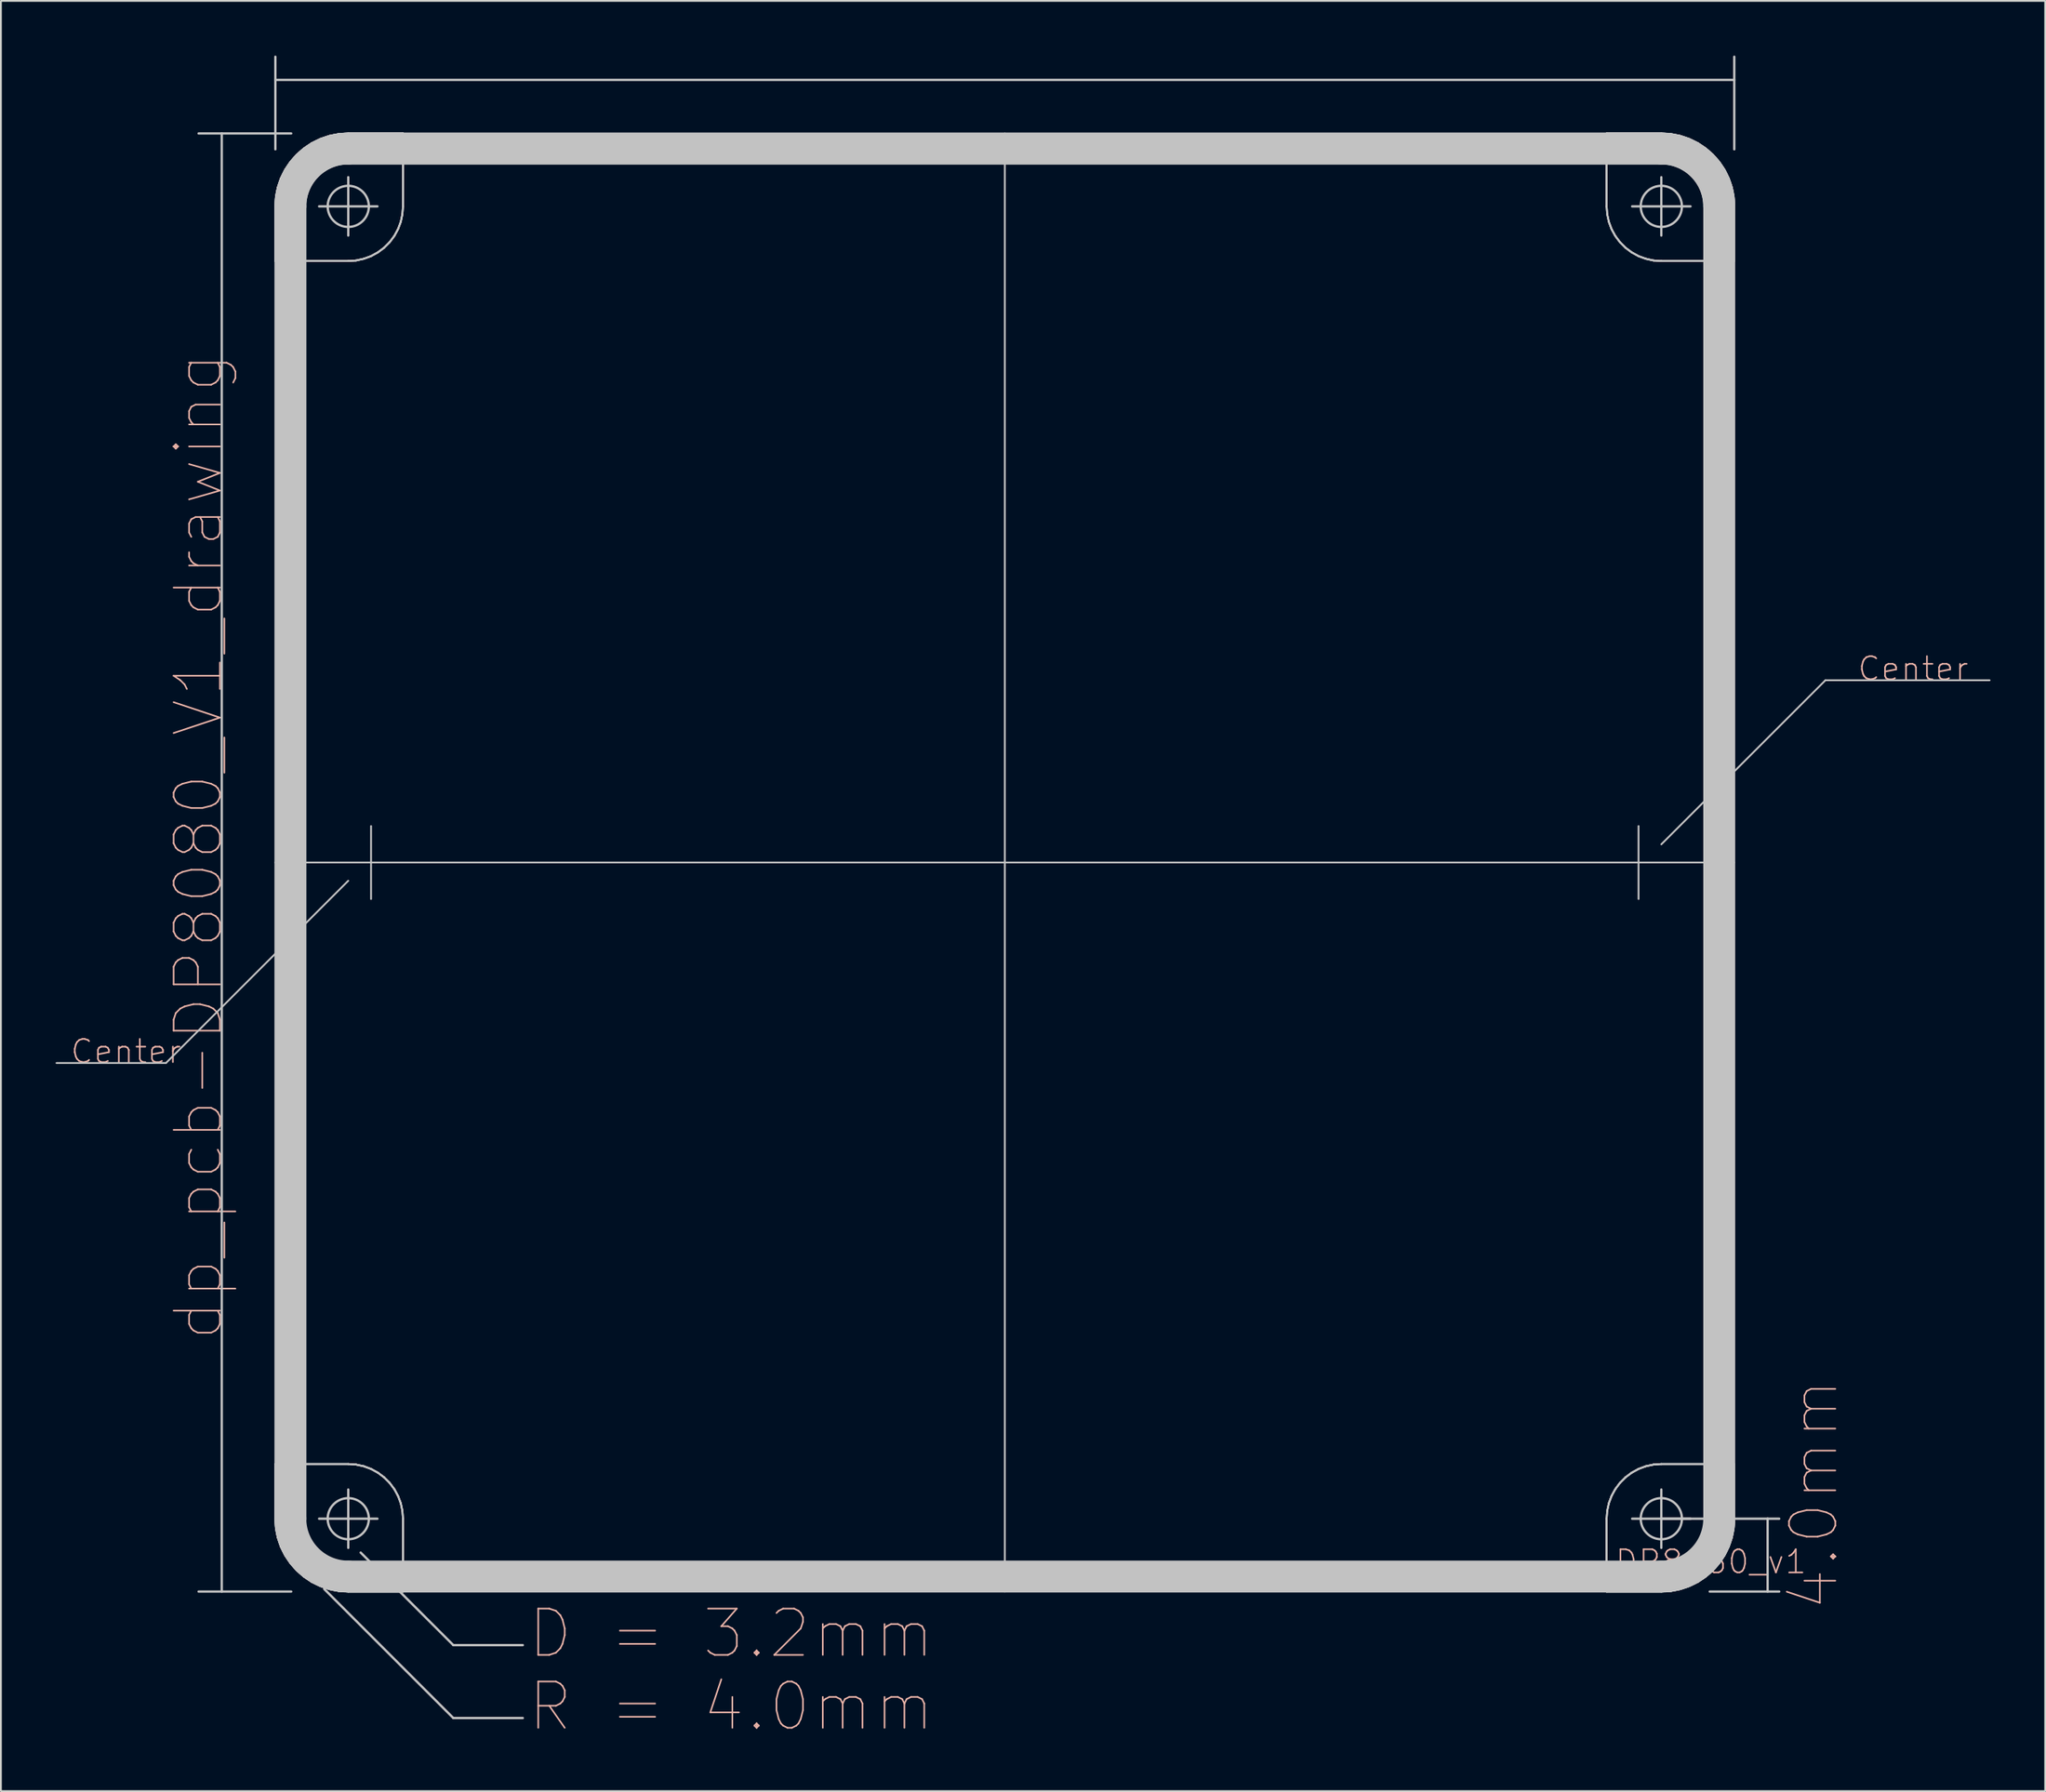
<source format=kicad_pcb>
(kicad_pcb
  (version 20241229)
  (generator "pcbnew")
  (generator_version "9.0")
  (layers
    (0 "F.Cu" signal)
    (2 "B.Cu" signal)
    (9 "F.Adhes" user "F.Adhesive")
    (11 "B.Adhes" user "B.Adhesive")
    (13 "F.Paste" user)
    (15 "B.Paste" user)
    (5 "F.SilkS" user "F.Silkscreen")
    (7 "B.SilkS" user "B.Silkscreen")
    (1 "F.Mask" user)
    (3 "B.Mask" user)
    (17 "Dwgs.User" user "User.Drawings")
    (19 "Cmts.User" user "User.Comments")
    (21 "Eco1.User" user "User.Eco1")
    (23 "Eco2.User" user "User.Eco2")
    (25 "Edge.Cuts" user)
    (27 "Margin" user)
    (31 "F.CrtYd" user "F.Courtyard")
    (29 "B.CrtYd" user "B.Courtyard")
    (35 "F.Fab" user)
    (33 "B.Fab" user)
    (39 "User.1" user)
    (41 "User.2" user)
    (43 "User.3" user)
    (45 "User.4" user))
  (footprint "dp_pcb-DP8080_V1_drawing"
    (layer "F.Cu")
    (at 12.049 84.272)
    (property "Reference" "dp_pcb-DP8080_V1_drawing" (at -4.209 -40.874 90) (layer "B.SilkS") (effects (font (size 2.54 2.54) (thickness 0.089))))
    (attr exclude_from_pos_files exclude_from_bom)
    (fp_line (start -5.999 -28.999) (end -11.999 -28.999) (stroke (width 0.1) (type solid)) (layer "Dwgs.User"))
    (fp_line (start -4.209 -80) (end 0.869 -80) (stroke (width 0.127) (type solid)) (layer "Dwgs.User"))
    (fp_line (start -4.209 0) (end 0.869 0) (stroke (width 0.127) (type solid)) (layer "Dwgs.User"))
    (fp_line (start -2.939 -80) (end -2.939 0) (stroke (width 0.127) (type solid)) (layer "Dwgs.User"))
    (fp_line (start 0 -84.209) (end 0 -79.129) (stroke (width 0.127) (type solid)) (layer "Dwgs.User"))
    (fp_line (start 0 -75.999) (end 0 -3.998) (stroke (width 0.1) (type solid)) (layer "Dwgs.User"))
    (fp_line (start 0 -75.999) (end 0.033 -76.52) (stroke (width 0.1) (type solid)) (layer "Dwgs.User"))
    (fp_line (start 0 -75.999) (end 0.033 -76.52) (stroke (width 0.1) (type solid)) (layer "Dwgs.User"))
    (fp_line (start 0 -75.999) (end 0.033 -76.52) (stroke (width 0.1) (type solid)) (layer "Dwgs.User"))
    (fp_line (start 0 -73) (end 0 -75.999) (stroke (width 0.1) (type solid)) (layer "Dwgs.User"))
    (fp_line (start 0 -73) (end 0 -75.999) (stroke (width 0.1) (type solid)) (layer "Dwgs.User"))
    (fp_line (start 0 -73) (end 0 -75.999) (stroke (width 0.1) (type solid)) (layer "Dwgs.User"))
    (fp_line (start 0 -40) (end 80 -40) (stroke (width 0.1) (type solid)) (layer "Dwgs.User"))
    (fp_line (start 0 -6.998) (end 3.998 -6.998) (stroke (width 0.1) (type solid)) (layer "Dwgs.User"))
    (fp_line (start 0 -6.998) (end 3.998 -6.998) (stroke (width 0.1) (type solid)) (layer "Dwgs.User"))
    (fp_line (start 0 -6.998) (end 3.998 -6.998) (stroke (width 0.1) (type solid)) (layer "Dwgs.User"))
    (fp_line (start 0 -3.998) (end 0 -6.998) (stroke (width 0.1) (type solid)) (layer "Dwgs.User"))
    (fp_line (start 0 -3.998) (end 0 -6.998) (stroke (width 0.1) (type solid)) (layer "Dwgs.User"))
    (fp_line (start 0 -3.998) (end 0 -6.998) (stroke (width 0.1) (type solid)) (layer "Dwgs.User"))
    (fp_line (start 0.033 -76.52) (end 0.135 -77.033) (stroke (width 0.1) (type solid)) (layer "Dwgs.User"))
    (fp_line (start 0.033 -76.52) (end 0.135 -77.033) (stroke (width 0.1) (type solid)) (layer "Dwgs.User"))
    (fp_line (start 0.033 -76.52) (end 0.135 -77.033) (stroke (width 0.1) (type solid)) (layer "Dwgs.User"))
    (fp_line (start 0.033 -3.477) (end 0 -3.998) (stroke (width 0.1) (type solid)) (layer "Dwgs.User"))
    (fp_line (start 0.033 -3.477) (end 0 -3.998) (stroke (width 0.1) (type solid)) (layer "Dwgs.User"))
    (fp_line (start 0.033 -3.477) (end 0 -3.998) (stroke (width 0.1) (type solid)) (layer "Dwgs.User"))
    (fp_line (start 0.135 -77.033) (end 0.302 -77.528) (stroke (width 0.1) (type solid)) (layer "Dwgs.User"))
    (fp_line (start 0.135 -77.033) (end 0.302 -77.528) (stroke (width 0.1) (type solid)) (layer "Dwgs.User"))
    (fp_line (start 0.135 -77.033) (end 0.302 -77.528) (stroke (width 0.1) (type solid)) (layer "Dwgs.User"))
    (fp_line (start 0.135 -2.964) (end 0.033 -3.477) (stroke (width 0.1) (type solid)) (layer "Dwgs.User"))
    (fp_line (start 0.135 -2.964) (end 0.033 -3.477) (stroke (width 0.1) (type solid)) (layer "Dwgs.User"))
    (fp_line (start 0.135 -2.964) (end 0.033 -3.477) (stroke (width 0.1) (type solid)) (layer "Dwgs.User"))
    (fp_line (start 0.302 -77.528) (end 0.533 -77.998) (stroke (width 0.1) (type solid)) (layer "Dwgs.User"))
    (fp_line (start 0.302 -77.528) (end 0.533 -77.998) (stroke (width 0.1) (type solid)) (layer "Dwgs.User"))
    (fp_line (start 0.302 -77.528) (end 0.533 -77.998) (stroke (width 0.1) (type solid)) (layer "Dwgs.User"))
    (fp_line (start 0.302 -2.469) (end 0.135 -2.964) (stroke (width 0.1) (type solid)) (layer "Dwgs.User"))
    (fp_line (start 0.302 -2.469) (end 0.135 -2.964) (stroke (width 0.1) (type solid)) (layer "Dwgs.User"))
    (fp_line (start 0.302 -2.469) (end 0.135 -2.964) (stroke (width 0.1) (type solid)) (layer "Dwgs.User"))
    (fp_line (start 0.533 -77.998) (end 0.826 -78.433) (stroke (width 0.1) (type solid)) (layer "Dwgs.User"))
    (fp_line (start 0.533 -77.998) (end 0.826 -78.433) (stroke (width 0.1) (type solid)) (layer "Dwgs.User"))
    (fp_line (start 0.533 -77.998) (end 0.826 -78.433) (stroke (width 0.1) (type solid)) (layer "Dwgs.User"))
    (fp_line (start 0.533 -1.999) (end 0.302 -2.469) (stroke (width 0.1) (type solid)) (layer "Dwgs.User"))
    (fp_line (start 0.533 -1.999) (end 0.302 -2.469) (stroke (width 0.1) (type solid)) (layer "Dwgs.User"))
    (fp_line (start 0.533 -1.999) (end 0.302 -2.469) (stroke (width 0.1) (type solid)) (layer "Dwgs.User"))
    (fp_line (start 0.826 -78.433) (end 1.171 -78.826) (stroke (width 0.1) (type solid)) (layer "Dwgs.User"))
    (fp_line (start 0.826 -78.433) (end 1.171 -78.826) (stroke (width 0.1) (type solid)) (layer "Dwgs.User"))
    (fp_line (start 0.826 -78.433) (end 1.171 -78.826) (stroke (width 0.1) (type solid)) (layer "Dwgs.User"))
    (fp_line (start 0.826 -1.565) (end 0.533 -1.999) (stroke (width 0.1) (type solid)) (layer "Dwgs.User"))
    (fp_line (start 0.826 -1.565) (end 0.533 -1.999) (stroke (width 0.1) (type solid)) (layer "Dwgs.User"))
    (fp_line (start 0.826 -1.565) (end 0.533 -1.999) (stroke (width 0.1) (type solid)) (layer "Dwgs.User"))
    (fp_line (start 0.848 -3.998) (end 0.848 -75.999) (stroke (width 1.699) (type solid)) (layer "Dwgs.User"))
    (fp_line (start 0.848 -3.998) (end 0.848 -75.999) (stroke (width 1.699) (type solid)) (layer "Dwgs.User"))
    (fp_line (start 1.171 -78.826) (end 1.565 -79.172) (stroke (width 0.1) (type solid)) (layer "Dwgs.User"))
    (fp_line (start 1.171 -78.826) (end 1.565 -79.172) (stroke (width 0.1) (type solid)) (layer "Dwgs.User"))
    (fp_line (start 1.171 -78.826) (end 1.565 -79.172) (stroke (width 0.1) (type solid)) (layer "Dwgs.User"))
    (fp_line (start 1.171 -1.171) (end 0.826 -1.565) (stroke (width 0.1) (type solid)) (layer "Dwgs.User"))
    (fp_line (start 1.171 -1.171) (end 0.826 -1.565) (stroke (width 0.1) (type solid)) (layer "Dwgs.User"))
    (fp_line (start 1.171 -1.171) (end 0.826 -1.565) (stroke (width 0.1) (type solid)) (layer "Dwgs.User"))
    (fp_line (start 1.565 -79.172) (end 1.999 -79.464) (stroke (width 0.1) (type solid)) (layer "Dwgs.User"))
    (fp_line (start 1.565 -79.172) (end 1.999 -79.464) (stroke (width 0.1) (type solid)) (layer "Dwgs.User"))
    (fp_line (start 1.565 -79.172) (end 1.999 -79.464) (stroke (width 0.1) (type solid)) (layer "Dwgs.User"))
    (fp_line (start 1.565 -0.826) (end 1.171 -1.171) (stroke (width 0.1) (type solid)) (layer "Dwgs.User"))
    (fp_line (start 1.565 -0.826) (end 1.171 -1.171) (stroke (width 0.1) (type solid)) (layer "Dwgs.User"))
    (fp_line (start 1.565 -0.826) (end 1.171 -1.171) (stroke (width 0.1) (type solid)) (layer "Dwgs.User"))
    (fp_line (start 1.999 -79.464) (end 2.469 -79.695) (stroke (width 0.1) (type solid)) (layer "Dwgs.User"))
    (fp_line (start 1.999 -79.464) (end 2.469 -79.695) (stroke (width 0.1) (type solid)) (layer "Dwgs.User"))
    (fp_line (start 1.999 -79.464) (end 2.469 -79.695) (stroke (width 0.1) (type solid)) (layer "Dwgs.User"))
    (fp_line (start 1.999 -0.533) (end 1.565 -0.826) (stroke (width 0.1) (type solid)) (layer "Dwgs.User"))
    (fp_line (start 1.999 -0.533) (end 1.565 -0.826) (stroke (width 0.1) (type solid)) (layer "Dwgs.User"))
    (fp_line (start 1.999 -0.533) (end 1.565 -0.826) (stroke (width 0.1) (type solid)) (layer "Dwgs.User"))
    (fp_line (start 2.398 -75.999) (end 5.598 -75.999) (stroke (width 0.127) (type solid)) (layer "Dwgs.User"))
    (fp_line (start 2.398 -3.998) (end 5.598 -3.998) (stroke (width 0.127) (type solid)) (layer "Dwgs.User"))
    (fp_line (start 2.469 -79.695) (end 2.964 -79.863) (stroke (width 0.1) (type solid)) (layer "Dwgs.User"))
    (fp_line (start 2.469 -79.695) (end 2.964 -79.863) (stroke (width 0.1) (type solid)) (layer "Dwgs.User"))
    (fp_line (start 2.469 -79.695) (end 2.964 -79.863) (stroke (width 0.1) (type solid)) (layer "Dwgs.User"))
    (fp_line (start 2.469 -0.302) (end 1.999 -0.533) (stroke (width 0.1) (type solid)) (layer "Dwgs.User"))
    (fp_line (start 2.469 -0.302) (end 1.999 -0.533) (stroke (width 0.1) (type solid)) (layer "Dwgs.User"))
    (fp_line (start 2.469 -0.302) (end 1.999 -0.533) (stroke (width 0.1) (type solid)) (layer "Dwgs.User"))
    (fp_line (start 2.68 -0.14) (end 9.759 6.939) (stroke (width 0.127) (type solid)) (layer "Dwgs.User"))
    (fp_line (start 2.964 -79.863) (end 3.477 -79.964) (stroke (width 0.1) (type solid)) (layer "Dwgs.User"))
    (fp_line (start 2.964 -79.863) (end 3.477 -79.964) (stroke (width 0.1) (type solid)) (layer "Dwgs.User"))
    (fp_line (start 2.964 -79.863) (end 3.477 -79.964) (stroke (width 0.1) (type solid)) (layer "Dwgs.User"))
    (fp_line (start 2.964 -0.135) (end 2.469 -0.302) (stroke (width 0.1) (type solid)) (layer "Dwgs.User"))
    (fp_line (start 2.964 -0.135) (end 2.469 -0.302) (stroke (width 0.1) (type solid)) (layer "Dwgs.User"))
    (fp_line (start 2.964 -0.135) (end 2.469 -0.302) (stroke (width 0.1) (type solid)) (layer "Dwgs.User"))
    (fp_line (start 3.477 -79.964) (end 3.998 -80) (stroke (width 0.1) (type solid)) (layer "Dwgs.User"))
    (fp_line (start 3.477 -79.964) (end 3.998 -80) (stroke (width 0.1) (type solid)) (layer "Dwgs.User"))
    (fp_line (start 3.477 -79.964) (end 3.998 -80) (stroke (width 0.1) (type solid)) (layer "Dwgs.User"))
    (fp_line (start 3.477 -0.033) (end 2.964 -0.135) (stroke (width 0.1) (type solid)) (layer "Dwgs.User"))
    (fp_line (start 3.477 -0.033) (end 2.964 -0.135) (stroke (width 0.1) (type solid)) (layer "Dwgs.User"))
    (fp_line (start 3.477 -0.033) (end 2.964 -0.135) (stroke (width 0.1) (type solid)) (layer "Dwgs.User"))
    (fp_line (start 3.998 -80) (end 6.998 -80) (stroke (width 0.1) (type solid)) (layer "Dwgs.User"))
    (fp_line (start 3.998 -80) (end 6.998 -80) (stroke (width 0.1) (type solid)) (layer "Dwgs.User"))
    (fp_line (start 3.998 -80) (end 6.998 -80) (stroke (width 0.1) (type solid)) (layer "Dwgs.User"))
    (fp_line (start 3.998 -79.149) (end 75.999 -79.149) (stroke (width 1.699) (type solid)) (layer "Dwgs.User"))
    (fp_line (start 3.998 -79.149) (end 75.999 -79.149) (stroke (width 1.699) (type solid)) (layer "Dwgs.User"))
    (fp_line (start 3.998 -74.399) (end 3.998 -77.6) (stroke (width 0.127) (type solid)) (layer "Dwgs.User"))
    (fp_line (start 3.998 -73) (end 0 -73) (stroke (width 0.1) (type solid)) (layer "Dwgs.User"))
    (fp_line (start 3.998 -73) (end 0 -73) (stroke (width 0.1) (type solid)) (layer "Dwgs.User"))
    (fp_line (start 3.998 -73) (end 0 -73) (stroke (width 0.1) (type solid)) (layer "Dwgs.User"))
    (fp_line (start 3.998 -38.999) (end -5.999 -28.999) (stroke (width 0.1) (type solid)) (layer "Dwgs.User"))
    (fp_line (start 3.998 -6.998) (end 4.425 -6.967) (stroke (width 0.1) (type solid)) (layer "Dwgs.User"))
    (fp_line (start 3.998 -6.998) (end 4.425 -6.967) (stroke (width 0.1) (type solid)) (layer "Dwgs.User"))
    (fp_line (start 3.998 -6.998) (end 4.425 -6.967) (stroke (width 0.1) (type solid)) (layer "Dwgs.User"))
    (fp_line (start 3.998 -2.398) (end 3.998 -5.598) (stroke (width 0.127) (type solid)) (layer "Dwgs.User"))
    (fp_line (start 3.998 0) (end 3.477 -0.033) (stroke (width 0.1) (type solid)) (layer "Dwgs.User"))
    (fp_line (start 3.998 0) (end 3.477 -0.033) (stroke (width 0.1) (type solid)) (layer "Dwgs.User"))
    (fp_line (start 3.998 0) (end 3.477 -0.033) (stroke (width 0.1) (type solid)) (layer "Dwgs.User"))
    (fp_line (start 3.998 0) (end 75.999 0) (stroke (width 0.1) (type solid)) (layer "Dwgs.User"))
    (fp_line (start 4.425 -73.03) (end 3.998 -73) (stroke (width 0.1) (type solid)) (layer "Dwgs.User"))
    (fp_line (start 4.425 -73.03) (end 3.998 -73) (stroke (width 0.1) (type solid)) (layer "Dwgs.User"))
    (fp_line (start 4.425 -73.03) (end 3.998 -73) (stroke (width 0.1) (type solid)) (layer "Dwgs.User"))
    (fp_line (start 4.425 -6.967) (end 4.844 -6.878) (stroke (width 0.1) (type solid)) (layer "Dwgs.User"))
    (fp_line (start 4.425 -6.967) (end 4.844 -6.878) (stroke (width 0.1) (type solid)) (layer "Dwgs.User"))
    (fp_line (start 4.425 -6.967) (end 4.844 -6.878) (stroke (width 0.1) (type solid)) (layer "Dwgs.User"))
    (fp_line (start 4.679 -2.139) (end 9.759 2.939) (stroke (width 0.127) (type solid)) (layer "Dwgs.User"))
    (fp_line (start 4.844 -73.122) (end 4.425 -73.03) (stroke (width 0.1) (type solid)) (layer "Dwgs.User"))
    (fp_line (start 4.844 -73.122) (end 4.425 -73.03) (stroke (width 0.1) (type solid)) (layer "Dwgs.User"))
    (fp_line (start 4.844 -73.122) (end 4.425 -73.03) (stroke (width 0.1) (type solid)) (layer "Dwgs.User"))
    (fp_line (start 4.844 -6.878) (end 5.245 -6.728) (stroke (width 0.1) (type solid)) (layer "Dwgs.User"))
    (fp_line (start 4.844 -6.878) (end 5.245 -6.728) (stroke (width 0.1) (type solid)) (layer "Dwgs.User"))
    (fp_line (start 4.844 -6.878) (end 5.245 -6.728) (stroke (width 0.1) (type solid)) (layer "Dwgs.User"))
    (fp_line (start 5.245 -73.269) (end 4.844 -73.122) (stroke (width 0.1) (type solid)) (layer "Dwgs.User"))
    (fp_line (start 5.245 -73.269) (end 4.844 -73.122) (stroke (width 0.1) (type solid)) (layer "Dwgs.User"))
    (fp_line (start 5.245 -73.269) (end 4.844 -73.122) (stroke (width 0.1) (type solid)) (layer "Dwgs.User"))
    (fp_line (start 5.245 -6.728) (end 5.621 -6.523) (stroke (width 0.1) (type solid)) (layer "Dwgs.User"))
    (fp_line (start 5.245 -6.728) (end 5.621 -6.523) (stroke (width 0.1) (type solid)) (layer "Dwgs.User"))
    (fp_line (start 5.245 -6.728) (end 5.621 -6.523) (stroke (width 0.1) (type solid)) (layer "Dwgs.User"))
    (fp_line (start 5.248 -41.999) (end 5.248 -37.998) (stroke (width 0.1) (type solid)) (layer "Dwgs.User"))
    (fp_line (start 5.621 -73.475) (end 5.245 -73.269) (stroke (width 0.1) (type solid)) (layer "Dwgs.User"))
    (fp_line (start 5.621 -73.475) (end 5.245 -73.269) (stroke (width 0.1) (type solid)) (layer "Dwgs.User"))
    (fp_line (start 5.621 -73.475) (end 5.245 -73.269) (stroke (width 0.1) (type solid)) (layer "Dwgs.User"))
    (fp_line (start 5.621 -6.523) (end 5.964 -6.266) (stroke (width 0.1) (type solid)) (layer "Dwgs.User"))
    (fp_line (start 5.621 -6.523) (end 5.964 -6.266) (stroke (width 0.1) (type solid)) (layer "Dwgs.User"))
    (fp_line (start 5.621 -6.523) (end 5.964 -6.266) (stroke (width 0.1) (type solid)) (layer "Dwgs.User"))
    (fp_line (start 5.964 -73.731) (end 5.621 -73.475) (stroke (width 0.1) (type solid)) (layer "Dwgs.User"))
    (fp_line (start 5.964 -73.731) (end 5.621 -73.475) (stroke (width 0.1) (type solid)) (layer "Dwgs.User"))
    (fp_line (start 5.964 -73.731) (end 5.621 -73.475) (stroke (width 0.1) (type solid)) (layer "Dwgs.User"))
    (fp_line (start 5.964 -6.266) (end 6.266 -5.964) (stroke (width 0.1) (type solid)) (layer "Dwgs.User"))
    (fp_line (start 5.964 -6.266) (end 6.266 -5.964) (stroke (width 0.1) (type solid)) (layer "Dwgs.User"))
    (fp_line (start 5.964 -6.266) (end 6.266 -5.964) (stroke (width 0.1) (type solid)) (layer "Dwgs.User"))
    (fp_line (start 6.266 -74.033) (end 5.964 -73.731) (stroke (width 0.1) (type solid)) (layer "Dwgs.User"))
    (fp_line (start 6.266 -74.033) (end 5.964 -73.731) (stroke (width 0.1) (type solid)) (layer "Dwgs.User"))
    (fp_line (start 6.266 -74.033) (end 5.964 -73.731) (stroke (width 0.1) (type solid)) (layer "Dwgs.User"))
    (fp_line (start 6.266 -5.964) (end 6.523 -5.621) (stroke (width 0.1) (type solid)) (layer "Dwgs.User"))
    (fp_line (start 6.266 -5.964) (end 6.523 -5.621) (stroke (width 0.1) (type solid)) (layer "Dwgs.User"))
    (fp_line (start 6.266 -5.964) (end 6.523 -5.621) (stroke (width 0.1) (type solid)) (layer "Dwgs.User"))
    (fp_line (start 6.523 -74.376) (end 6.266 -74.033) (stroke (width 0.1) (type solid)) (layer "Dwgs.User"))
    (fp_line (start 6.523 -74.376) (end 6.266 -74.033) (stroke (width 0.1) (type solid)) (layer "Dwgs.User"))
    (fp_line (start 6.523 -74.376) (end 6.266 -74.033) (stroke (width 0.1) (type solid)) (layer "Dwgs.User"))
    (fp_line (start 6.523 -5.621) (end 6.728 -5.245) (stroke (width 0.1) (type solid)) (layer "Dwgs.User"))
    (fp_line (start 6.523 -5.621) (end 6.728 -5.245) (stroke (width 0.1) (type solid)) (layer "Dwgs.User"))
    (fp_line (start 6.523 -5.621) (end 6.728 -5.245) (stroke (width 0.1) (type solid)) (layer "Dwgs.User"))
    (fp_line (start 6.728 -74.752) (end 6.523 -74.376) (stroke (width 0.1) (type solid)) (layer "Dwgs.User"))
    (fp_line (start 6.728 -74.752) (end 6.523 -74.376) (stroke (width 0.1) (type solid)) (layer "Dwgs.User"))
    (fp_line (start 6.728 -74.752) (end 6.523 -74.376) (stroke (width 0.1) (type solid)) (layer "Dwgs.User"))
    (fp_line (start 6.728 -5.245) (end 6.878 -4.844) (stroke (width 0.1) (type solid)) (layer "Dwgs.User"))
    (fp_line (start 6.728 -5.245) (end 6.878 -4.844) (stroke (width 0.1) (type solid)) (layer "Dwgs.User"))
    (fp_line (start 6.728 -5.245) (end 6.878 -4.844) (stroke (width 0.1) (type solid)) (layer "Dwgs.User"))
    (fp_line (start 6.878 -75.154) (end 6.728 -74.752) (stroke (width 0.1) (type solid)) (layer "Dwgs.User"))
    (fp_line (start 6.878 -75.154) (end 6.728 -74.752) (stroke (width 0.1) (type solid)) (layer "Dwgs.User"))
    (fp_line (start 6.878 -75.154) (end 6.728 -74.752) (stroke (width 0.1) (type solid)) (layer "Dwgs.User"))
    (fp_line (start 6.878 -4.844) (end 6.967 -4.425) (stroke (width 0.1) (type solid)) (layer "Dwgs.User"))
    (fp_line (start 6.878 -4.844) (end 6.967 -4.425) (stroke (width 0.1) (type solid)) (layer "Dwgs.User"))
    (fp_line (start 6.878 -4.844) (end 6.967 -4.425) (stroke (width 0.1) (type solid)) (layer "Dwgs.User"))
    (fp_line (start 6.967 -75.573) (end 6.878 -75.154) (stroke (width 0.1) (type solid)) (layer "Dwgs.User"))
    (fp_line (start 6.967 -75.573) (end 6.878 -75.154) (stroke (width 0.1) (type solid)) (layer "Dwgs.User"))
    (fp_line (start 6.967 -75.573) (end 6.878 -75.154) (stroke (width 0.1) (type solid)) (layer "Dwgs.User"))
    (fp_line (start 6.967 -4.425) (end 6.998 -3.998) (stroke (width 0.1) (type solid)) (layer "Dwgs.User"))
    (fp_line (start 6.967 -4.425) (end 6.998 -3.998) (stroke (width 0.1) (type solid)) (layer "Dwgs.User"))
    (fp_line (start 6.967 -4.425) (end 6.998 -3.998) (stroke (width 0.1) (type solid)) (layer "Dwgs.User"))
    (fp_line (start 6.998 -80) (end 6.998 -75.999) (stroke (width 0.1) (type solid)) (layer "Dwgs.User"))
    (fp_line (start 6.998 -80) (end 6.998 -75.999) (stroke (width 0.1) (type solid)) (layer "Dwgs.User"))
    (fp_line (start 6.998 -80) (end 6.998 -75.999) (stroke (width 0.1) (type solid)) (layer "Dwgs.User"))
    (fp_line (start 6.998 -75.999) (end 6.967 -75.573) (stroke (width 0.1) (type solid)) (layer "Dwgs.User"))
    (fp_line (start 6.998 -75.999) (end 6.967 -75.573) (stroke (width 0.1) (type solid)) (layer "Dwgs.User"))
    (fp_line (start 6.998 -75.999) (end 6.967 -75.573) (stroke (width 0.1) (type solid)) (layer "Dwgs.User"))
    (fp_line (start 6.998 -3.998) (end 6.998 0) (stroke (width 0.1) (type solid)) (layer "Dwgs.User"))
    (fp_line (start 6.998 -3.998) (end 6.998 0) (stroke (width 0.1) (type solid)) (layer "Dwgs.User"))
    (fp_line (start 6.998 -3.998) (end 6.998 0) (stroke (width 0.1) (type solid)) (layer "Dwgs.User"))
    (fp_line (start 6.998 0) (end 3.998 0) (stroke (width 0.1) (type solid)) (layer "Dwgs.User"))
    (fp_line (start 6.998 0) (end 3.998 0) (stroke (width 0.1) (type solid)) (layer "Dwgs.User"))
    (fp_line (start 6.998 0) (end 3.998 0) (stroke (width 0.1) (type solid)) (layer "Dwgs.User"))
    (fp_line (start 9.759 2.939) (end 13.569 2.939) (stroke (width 0.127) (type solid)) (layer "Dwgs.User"))
    (fp_line (start 9.759 6.939) (end 13.569 6.939) (stroke (width 0.127) (type solid)) (layer "Dwgs.User"))
    (fp_line (start 40 -80) (end 40 0) (stroke (width 0.1) (type solid)) (layer "Dwgs.User"))
    (fp_line (start 73 -80) (end 75.999 -80) (stroke (width 0.1) (type solid)) (layer "Dwgs.User"))
    (fp_line (start 73 -80) (end 75.999 -80) (stroke (width 0.1) (type solid)) (layer "Dwgs.User"))
    (fp_line (start 73 -80) (end 75.999 -80) (stroke (width 0.1) (type solid)) (layer "Dwgs.User"))
    (fp_line (start 73 -75.999) (end 73 -80) (stroke (width 0.1) (type solid)) (layer "Dwgs.User"))
    (fp_line (start 73 -75.999) (end 73 -80) (stroke (width 0.1) (type solid)) (layer "Dwgs.User"))
    (fp_line (start 73 -75.999) (end 73 -80) (stroke (width 0.1) (type solid)) (layer "Dwgs.User"))
    (fp_line (start 73 -3.998) (end 73.03 -4.425) (stroke (width 0.1) (type solid)) (layer "Dwgs.User"))
    (fp_line (start 73 -3.998) (end 73.03 -4.425) (stroke (width 0.1) (type solid)) (layer "Dwgs.User"))
    (fp_line (start 73 -3.998) (end 73.03 -4.425) (stroke (width 0.1) (type solid)) (layer "Dwgs.User"))
    (fp_line (start 73 0) (end 73 -3.998) (stroke (width 0.1) (type solid)) (layer "Dwgs.User"))
    (fp_line (start 73 0) (end 73 -3.998) (stroke (width 0.1) (type solid)) (layer "Dwgs.User"))
    (fp_line (start 73 0) (end 73 -3.998) (stroke (width 0.1) (type solid)) (layer "Dwgs.User"))
    (fp_line (start 73.03 -75.573) (end 73 -75.999) (stroke (width 0.1) (type solid)) (layer "Dwgs.User"))
    (fp_line (start 73.03 -75.573) (end 73 -75.999) (stroke (width 0.1) (type solid)) (layer "Dwgs.User"))
    (fp_line (start 73.03 -75.573) (end 73 -75.999) (stroke (width 0.1) (type solid)) (layer "Dwgs.User"))
    (fp_line (start 73.03 -4.425) (end 73.122 -4.844) (stroke (width 0.1) (type solid)) (layer "Dwgs.User"))
    (fp_line (start 73.03 -4.425) (end 73.122 -4.844) (stroke (width 0.1) (type solid)) (layer "Dwgs.User"))
    (fp_line (start 73.03 -4.425) (end 73.122 -4.844) (stroke (width 0.1) (type solid)) (layer "Dwgs.User"))
    (fp_line (start 73.122 -75.154) (end 73.03 -75.573) (stroke (width 0.1) (type solid)) (layer "Dwgs.User"))
    (fp_line (start 73.122 -75.154) (end 73.03 -75.573) (stroke (width 0.1) (type solid)) (layer "Dwgs.User"))
    (fp_line (start 73.122 -75.154) (end 73.03 -75.573) (stroke (width 0.1) (type solid)) (layer "Dwgs.User"))
    (fp_line (start 73.122 -4.844) (end 73.269 -5.245) (stroke (width 0.1) (type solid)) (layer "Dwgs.User"))
    (fp_line (start 73.122 -4.844) (end 73.269 -5.245) (stroke (width 0.1) (type solid)) (layer "Dwgs.User"))
    (fp_line (start 73.122 -4.844) (end 73.269 -5.245) (stroke (width 0.1) (type solid)) (layer "Dwgs.User"))
    (fp_line (start 73.269 -74.752) (end 73.122 -75.154) (stroke (width 0.1) (type solid)) (layer "Dwgs.User"))
    (fp_line (start 73.269 -74.752) (end 73.122 -75.154) (stroke (width 0.1) (type solid)) (layer "Dwgs.User"))
    (fp_line (start 73.269 -74.752) (end 73.122 -75.154) (stroke (width 0.1) (type solid)) (layer "Dwgs.User"))
    (fp_line (start 73.269 -5.245) (end 73.475 -5.621) (stroke (width 0.1) (type solid)) (layer "Dwgs.User"))
    (fp_line (start 73.269 -5.245) (end 73.475 -5.621) (stroke (width 0.1) (type solid)) (layer "Dwgs.User"))
    (fp_line (start 73.269 -5.245) (end 73.475 -5.621) (stroke (width 0.1) (type solid)) (layer "Dwgs.User"))
    (fp_line (start 73.475 -74.376) (end 73.269 -74.752) (stroke (width 0.1) (type solid)) (layer "Dwgs.User"))
    (fp_line (start 73.475 -74.376) (end 73.269 -74.752) (stroke (width 0.1) (type solid)) (layer "Dwgs.User"))
    (fp_line (start 73.475 -74.376) (end 73.269 -74.752) (stroke (width 0.1) (type solid)) (layer "Dwgs.User"))
    (fp_line (start 73.475 -5.621) (end 73.731 -5.964) (stroke (width 0.1) (type solid)) (layer "Dwgs.User"))
    (fp_line (start 73.475 -5.621) (end 73.731 -5.964) (stroke (width 0.1) (type solid)) (layer "Dwgs.User"))
    (fp_line (start 73.475 -5.621) (end 73.731 -5.964) (stroke (width 0.1) (type solid)) (layer "Dwgs.User"))
    (fp_line (start 73.731 -74.033) (end 73.475 -74.376) (stroke (width 0.1) (type solid)) (layer "Dwgs.User"))
    (fp_line (start 73.731 -74.033) (end 73.475 -74.376) (stroke (width 0.1) (type solid)) (layer "Dwgs.User"))
    (fp_line (start 73.731 -74.033) (end 73.475 -74.376) (stroke (width 0.1) (type solid)) (layer "Dwgs.User"))
    (fp_line (start 73.731 -5.964) (end 74.033 -6.266) (stroke (width 0.1) (type solid)) (layer "Dwgs.User"))
    (fp_line (start 73.731 -5.964) (end 74.033 -6.266) (stroke (width 0.1) (type solid)) (layer "Dwgs.User"))
    (fp_line (start 73.731 -5.964) (end 74.033 -6.266) (stroke (width 0.1) (type solid)) (layer "Dwgs.User"))
    (fp_line (start 74.033 -73.731) (end 73.731 -74.033) (stroke (width 0.1) (type solid)) (layer "Dwgs.User"))
    (fp_line (start 74.033 -73.731) (end 73.731 -74.033) (stroke (width 0.1) (type solid)) (layer "Dwgs.User"))
    (fp_line (start 74.033 -73.731) (end 73.731 -74.033) (stroke (width 0.1) (type solid)) (layer "Dwgs.User"))
    (fp_line (start 74.033 -6.266) (end 74.376 -6.523) (stroke (width 0.1) (type solid)) (layer "Dwgs.User"))
    (fp_line (start 74.033 -6.266) (end 74.376 -6.523) (stroke (width 0.1) (type solid)) (layer "Dwgs.User"))
    (fp_line (start 74.033 -6.266) (end 74.376 -6.523) (stroke (width 0.1) (type solid)) (layer "Dwgs.User"))
    (fp_line (start 74.376 -73.475) (end 74.033 -73.731) (stroke (width 0.1) (type solid)) (layer "Dwgs.User"))
    (fp_line (start 74.376 -73.475) (end 74.033 -73.731) (stroke (width 0.1) (type solid)) (layer "Dwgs.User"))
    (fp_line (start 74.376 -73.475) (end 74.033 -73.731) (stroke (width 0.1) (type solid)) (layer "Dwgs.User"))
    (fp_line (start 74.376 -6.523) (end 74.752 -6.728) (stroke (width 0.1) (type solid)) (layer "Dwgs.User"))
    (fp_line (start 74.376 -6.523) (end 74.752 -6.728) (stroke (width 0.1) (type solid)) (layer "Dwgs.User"))
    (fp_line (start 74.376 -6.523) (end 74.752 -6.728) (stroke (width 0.1) (type solid)) (layer "Dwgs.User"))
    (fp_line (start 74.399 -75.999) (end 77.6 -75.999) (stroke (width 0.127) (type solid)) (layer "Dwgs.User"))
    (fp_line (start 74.399 -3.998) (end 77.6 -3.998) (stroke (width 0.127) (type solid)) (layer "Dwgs.User"))
    (fp_line (start 74.75 -41.999) (end 74.75 -37.998) (stroke (width 0.1) (type solid)) (layer "Dwgs.User"))
    (fp_line (start 74.752 -73.269) (end 74.376 -73.475) (stroke (width 0.1) (type solid)) (layer "Dwgs.User"))
    (fp_line (start 74.752 -73.269) (end 74.376 -73.475) (stroke (width 0.1) (type solid)) (layer "Dwgs.User"))
    (fp_line (start 74.752 -73.269) (end 74.376 -73.475) (stroke (width 0.1) (type solid)) (layer "Dwgs.User"))
    (fp_line (start 74.752 -6.728) (end 75.154 -6.878) (stroke (width 0.1) (type solid)) (layer "Dwgs.User"))
    (fp_line (start 74.752 -6.728) (end 75.154 -6.878) (stroke (width 0.1) (type solid)) (layer "Dwgs.User"))
    (fp_line (start 74.752 -6.728) (end 75.154 -6.878) (stroke (width 0.1) (type solid)) (layer "Dwgs.User"))
    (fp_line (start 75.154 -73.122) (end 74.752 -73.269) (stroke (width 0.1) (type solid)) (layer "Dwgs.User"))
    (fp_line (start 75.154 -73.122) (end 74.752 -73.269) (stroke (width 0.1) (type solid)) (layer "Dwgs.User"))
    (fp_line (start 75.154 -73.122) (end 74.752 -73.269) (stroke (width 0.1) (type solid)) (layer "Dwgs.User"))
    (fp_line (start 75.154 -6.878) (end 75.573 -6.967) (stroke (width 0.1) (type solid)) (layer "Dwgs.User"))
    (fp_line (start 75.154 -6.878) (end 75.573 -6.967) (stroke (width 0.1) (type solid)) (layer "Dwgs.User"))
    (fp_line (start 75.154 -6.878) (end 75.573 -6.967) (stroke (width 0.1) (type solid)) (layer "Dwgs.User"))
    (fp_line (start 75.573 -73.03) (end 75.154 -73.122) (stroke (width 0.1) (type solid)) (layer "Dwgs.User"))
    (fp_line (start 75.573 -73.03) (end 75.154 -73.122) (stroke (width 0.1) (type solid)) (layer "Dwgs.User"))
    (fp_line (start 75.573 -73.03) (end 75.154 -73.122) (stroke (width 0.1) (type solid)) (layer "Dwgs.User"))
    (fp_line (start 75.573 -6.967) (end 75.999 -6.998) (stroke (width 0.1) (type solid)) (layer "Dwgs.User"))
    (fp_line (start 75.573 -6.967) (end 75.999 -6.998) (stroke (width 0.1) (type solid)) (layer "Dwgs.User"))
    (fp_line (start 75.573 -6.967) (end 75.999 -6.998) (stroke (width 0.1) (type solid)) (layer "Dwgs.User"))
    (fp_line (start 75.999 -80) (end 3.998 -80) (stroke (width 0.1) (type solid)) (layer "Dwgs.User"))
    (fp_line (start 75.999 -80) (end 76.52 -79.964) (stroke (width 0.1) (type solid)) (layer "Dwgs.User"))
    (fp_line (start 75.999 -80) (end 76.52 -79.964) (stroke (width 0.1) (type solid)) (layer "Dwgs.User"))
    (fp_line (start 75.999 -80) (end 76.52 -79.964) (stroke (width 0.1) (type solid)) (layer "Dwgs.User"))
    (fp_line (start 75.999 -74.399) (end 75.999 -77.6) (stroke (width 0.127) (type solid)) (layer "Dwgs.User"))
    (fp_line (start 75.999 -73) (end 75.573 -73.03) (stroke (width 0.1) (type solid)) (layer "Dwgs.User"))
    (fp_line (start 75.999 -73) (end 75.573 -73.03) (stroke (width 0.1) (type solid)) (layer "Dwgs.User"))
    (fp_line (start 75.999 -73) (end 75.573 -73.03) (stroke (width 0.1) (type solid)) (layer "Dwgs.User"))
    (fp_line (start 75.999 -40.998) (end 84.999 -50) (stroke (width 0.1) (type solid)) (layer "Dwgs.User"))
    (fp_line (start 75.999 -6.998) (end 80 -6.998) (stroke (width 0.1) (type solid)) (layer "Dwgs.User"))
    (fp_line (start 75.999 -6.998) (end 80 -6.998) (stroke (width 0.1) (type solid)) (layer "Dwgs.User"))
    (fp_line (start 75.999 -6.998) (end 80 -6.998) (stroke (width 0.1) (type solid)) (layer "Dwgs.User"))
    (fp_line (start 75.999 -3.998) (end 81.829 -3.998) (stroke (width 0.127) (type solid)) (layer "Dwgs.User"))
    (fp_line (start 75.999 -2.398) (end 75.999 -5.598) (stroke (width 0.127) (type solid)) (layer "Dwgs.User"))
    (fp_line (start 75.999 -0.848) (end 3.998 -0.848) (stroke (width 1.699) (type solid)) (layer "Dwgs.User"))
    (fp_line (start 75.999 0) (end 73 0) (stroke (width 0.1) (type solid)) (layer "Dwgs.User"))
    (fp_line (start 75.999 0) (end 73 0) (stroke (width 0.1) (type solid)) (layer "Dwgs.User"))
    (fp_line (start 75.999 0) (end 73 0) (stroke (width 0.1) (type solid)) (layer "Dwgs.User"))
    (fp_line (start 76.52 -79.964) (end 77.033 -79.863) (stroke (width 0.1) (type solid)) (layer "Dwgs.User"))
    (fp_line (start 76.52 -79.964) (end 77.033 -79.863) (stroke (width 0.1) (type solid)) (layer "Dwgs.User"))
    (fp_line (start 76.52 -79.964) (end 77.033 -79.863) (stroke (width 0.1) (type solid)) (layer "Dwgs.User"))
    (fp_line (start 76.52 -0.033) (end 75.999 0) (stroke (width 0.1) (type solid)) (layer "Dwgs.User"))
    (fp_line (start 76.52 -0.033) (end 75.999 0) (stroke (width 0.1) (type solid)) (layer "Dwgs.User"))
    (fp_line (start 76.52 -0.033) (end 75.999 0) (stroke (width 0.1) (type solid)) (layer "Dwgs.User"))
    (fp_line (start 77.033 -79.863) (end 77.528 -79.695) (stroke (width 0.1) (type solid)) (layer "Dwgs.User"))
    (fp_line (start 77.033 -79.863) (end 77.528 -79.695) (stroke (width 0.1) (type solid)) (layer "Dwgs.User"))
    (fp_line (start 77.033 -79.863) (end 77.528 -79.695) (stroke (width 0.1) (type solid)) (layer "Dwgs.User"))
    (fp_line (start 77.033 -0.135) (end 76.52 -0.033) (stroke (width 0.1) (type solid)) (layer "Dwgs.User"))
    (fp_line (start 77.033 -0.135) (end 76.52 -0.033) (stroke (width 0.1) (type solid)) (layer "Dwgs.User"))
    (fp_line (start 77.033 -0.135) (end 76.52 -0.033) (stroke (width 0.1) (type solid)) (layer "Dwgs.User"))
    (fp_line (start 77.528 -79.695) (end 77.998 -79.464) (stroke (width 0.1) (type solid)) (layer "Dwgs.User"))
    (fp_line (start 77.528 -79.695) (end 77.998 -79.464) (stroke (width 0.1) (type solid)) (layer "Dwgs.User"))
    (fp_line (start 77.528 -79.695) (end 77.998 -79.464) (stroke (width 0.1) (type solid)) (layer "Dwgs.User"))
    (fp_line (start 77.528 -0.302) (end 77.033 -0.135) (stroke (width 0.1) (type solid)) (layer "Dwgs.User"))
    (fp_line (start 77.528 -0.302) (end 77.033 -0.135) (stroke (width 0.1) (type solid)) (layer "Dwgs.User"))
    (fp_line (start 77.528 -0.302) (end 77.033 -0.135) (stroke (width 0.1) (type solid)) (layer "Dwgs.User"))
    (fp_line (start 77.998 -79.464) (end 78.433 -79.172) (stroke (width 0.1) (type solid)) (layer "Dwgs.User"))
    (fp_line (start 77.998 -79.464) (end 78.433 -79.172) (stroke (width 0.1) (type solid)) (layer "Dwgs.User"))
    (fp_line (start 77.998 -79.464) (end 78.433 -79.172) (stroke (width 0.1) (type solid)) (layer "Dwgs.User"))
    (fp_line (start 77.998 -0.533) (end 77.528 -0.302) (stroke (width 0.1) (type solid)) (layer "Dwgs.User"))
    (fp_line (start 77.998 -0.533) (end 77.528 -0.302) (stroke (width 0.1) (type solid)) (layer "Dwgs.User"))
    (fp_line (start 77.998 -0.533) (end 77.528 -0.302) (stroke (width 0.1) (type solid)) (layer "Dwgs.User"))
    (fp_line (start 78.433 -79.172) (end 78.826 -78.826) (stroke (width 0.1) (type solid)) (layer "Dwgs.User"))
    (fp_line (start 78.433 -79.172) (end 78.826 -78.826) (stroke (width 0.1) (type solid)) (layer "Dwgs.User"))
    (fp_line (start 78.433 -79.172) (end 78.826 -78.826) (stroke (width 0.1) (type solid)) (layer "Dwgs.User"))
    (fp_line (start 78.433 -0.826) (end 77.998 -0.533) (stroke (width 0.1) (type solid)) (layer "Dwgs.User"))
    (fp_line (start 78.433 -0.826) (end 77.998 -0.533) (stroke (width 0.1) (type solid)) (layer "Dwgs.User"))
    (fp_line (start 78.433 -0.826) (end 77.998 -0.533) (stroke (width 0.1) (type solid)) (layer "Dwgs.User"))
    (fp_line (start 78.654 0) (end 82.464 0) (stroke (width 0.127) (type solid)) (layer "Dwgs.User"))
    (fp_line (start 78.826 -78.826) (end 79.172 -78.433) (stroke (width 0.1) (type solid)) (layer "Dwgs.User"))
    (fp_line (start 78.826 -78.826) (end 79.172 -78.433) (stroke (width 0.1) (type solid)) (layer "Dwgs.User"))
    (fp_line (start 78.826 -78.826) (end 79.172 -78.433) (stroke (width 0.1) (type solid)) (layer "Dwgs.User"))
    (fp_line (start 78.826 -1.171) (end 78.433 -0.826) (stroke (width 0.1) (type solid)) (layer "Dwgs.User"))
    (fp_line (start 78.826 -1.171) (end 78.433 -0.826) (stroke (width 0.1) (type solid)) (layer "Dwgs.User"))
    (fp_line (start 78.826 -1.171) (end 78.433 -0.826) (stroke (width 0.1) (type solid)) (layer "Dwgs.User"))
    (fp_line (start 79.149 -75.999) (end 79.149 -3.998) (stroke (width 1.699) (type solid)) (layer "Dwgs.User"))
    (fp_line (start 79.172 -78.433) (end 79.464 -77.998) (stroke (width 0.1) (type solid)) (layer "Dwgs.User"))
    (fp_line (start 79.172 -78.433) (end 79.464 -77.998) (stroke (width 0.1) (type solid)) (layer "Dwgs.User"))
    (fp_line (start 79.172 -78.433) (end 79.464 -77.998) (stroke (width 0.1) (type solid)) (layer "Dwgs.User"))
    (fp_line (start 79.172 -1.565) (end 78.826 -1.171) (stroke (width 0.1) (type solid)) (layer "Dwgs.User"))
    (fp_line (start 79.172 -1.565) (end 78.826 -1.171) (stroke (width 0.1) (type solid)) (layer "Dwgs.User"))
    (fp_line (start 79.172 -1.565) (end 78.826 -1.171) (stroke (width 0.1) (type solid)) (layer "Dwgs.User"))
    (fp_line (start 79.464 -77.998) (end 79.695 -77.528) (stroke (width 0.1) (type solid)) (layer "Dwgs.User"))
    (fp_line (start 79.464 -77.998) (end 79.695 -77.528) (stroke (width 0.1) (type solid)) (layer "Dwgs.User"))
    (fp_line (start 79.464 -77.998) (end 79.695 -77.528) (stroke (width 0.1) (type solid)) (layer "Dwgs.User"))
    (fp_line (start 79.464 -1.999) (end 79.172 -1.565) (stroke (width 0.1) (type solid)) (layer "Dwgs.User"))
    (fp_line (start 79.464 -1.999) (end 79.172 -1.565) (stroke (width 0.1) (type solid)) (layer "Dwgs.User"))
    (fp_line (start 79.464 -1.999) (end 79.172 -1.565) (stroke (width 0.1) (type solid)) (layer "Dwgs.User"))
    (fp_line (start 79.695 -77.528) (end 79.863 -77.033) (stroke (width 0.1) (type solid)) (layer "Dwgs.User"))
    (fp_line (start 79.695 -77.528) (end 79.863 -77.033) (stroke (width 0.1) (type solid)) (layer "Dwgs.User"))
    (fp_line (start 79.695 -77.528) (end 79.863 -77.033) (stroke (width 0.1) (type solid)) (layer "Dwgs.User"))
    (fp_line (start 79.695 -2.469) (end 79.464 -1.999) (stroke (width 0.1) (type solid)) (layer "Dwgs.User"))
    (fp_line (start 79.695 -2.469) (end 79.464 -1.999) (stroke (width 0.1) (type solid)) (layer "Dwgs.User"))
    (fp_line (start 79.695 -2.469) (end 79.464 -1.999) (stroke (width 0.1) (type solid)) (layer "Dwgs.User"))
    (fp_line (start 79.863 -77.033) (end 79.964 -76.52) (stroke (width 0.1) (type solid)) (layer "Dwgs.User"))
    (fp_line (start 79.863 -77.033) (end 79.964 -76.52) (stroke (width 0.1) (type solid)) (layer "Dwgs.User"))
    (fp_line (start 79.863 -77.033) (end 79.964 -76.52) (stroke (width 0.1) (type solid)) (layer "Dwgs.User"))
    (fp_line (start 79.863 -2.964) (end 79.695 -2.469) (stroke (width 0.1) (type solid)) (layer "Dwgs.User"))
    (fp_line (start 79.863 -2.964) (end 79.695 -2.469) (stroke (width 0.1) (type solid)) (layer "Dwgs.User"))
    (fp_line (start 79.863 -2.964) (end 79.695 -2.469) (stroke (width 0.1) (type solid)) (layer "Dwgs.User"))
    (fp_line (start 79.964 -76.52) (end 80 -75.999) (stroke (width 0.1) (type solid)) (layer "Dwgs.User"))
    (fp_line (start 79.964 -76.52) (end 80 -75.999) (stroke (width 0.1) (type solid)) (layer "Dwgs.User"))
    (fp_line (start 79.964 -76.52) (end 80 -75.999) (stroke (width 0.1) (type solid)) (layer "Dwgs.User"))
    (fp_line (start 79.964 -3.477) (end 79.863 -2.964) (stroke (width 0.1) (type solid)) (layer "Dwgs.User"))
    (fp_line (start 79.964 -3.477) (end 79.863 -2.964) (stroke (width 0.1) (type solid)) (layer "Dwgs.User"))
    (fp_line (start 79.964 -3.477) (end 79.863 -2.964) (stroke (width 0.1) (type solid)) (layer "Dwgs.User"))
    (fp_line (start 80 -84.209) (end 80 -79.129) (stroke (width 0.127) (type solid)) (layer "Dwgs.User"))
    (fp_line (start 80 -82.939) (end 0 -82.939) (stroke (width 0.127) (type solid)) (layer "Dwgs.User"))
    (fp_line (start 80 -75.999) (end 80 -73) (stroke (width 0.1) (type solid)) (layer "Dwgs.User"))
    (fp_line (start 80 -75.999) (end 80 -73) (stroke (width 0.1) (type solid)) (layer "Dwgs.User"))
    (fp_line (start 80 -75.999) (end 80 -73) (stroke (width 0.1) (type solid)) (layer "Dwgs.User"))
    (fp_line (start 80 -73) (end 75.999 -73) (stroke (width 0.1) (type solid)) (layer "Dwgs.User"))
    (fp_line (start 80 -73) (end 75.999 -73) (stroke (width 0.1) (type solid)) (layer "Dwgs.User"))
    (fp_line (start 80 -73) (end 75.999 -73) (stroke (width 0.1) (type solid)) (layer "Dwgs.User"))
    (fp_line (start 80 -6.998) (end 80 -3.998) (stroke (width 0.1) (type solid)) (layer "Dwgs.User"))
    (fp_line (start 80 -6.998) (end 80 -3.998) (stroke (width 0.1) (type solid)) (layer "Dwgs.User"))
    (fp_line (start 80 -6.998) (end 80 -3.998) (stroke (width 0.1) (type solid)) (layer "Dwgs.User"))
    (fp_line (start 80 -3.998) (end 79.964 -3.477) (stroke (width 0.1) (type solid)) (layer "Dwgs.User"))
    (fp_line (start 80 -3.998) (end 79.964 -3.477) (stroke (width 0.1) (type solid)) (layer "Dwgs.User"))
    (fp_line (start 80 -3.998) (end 79.964 -3.477) (stroke (width 0.1) (type solid)) (layer "Dwgs.User"))
    (fp_line (start 80 -3.998) (end 80 -75.999) (stroke (width 0.1) (type solid)) (layer "Dwgs.User"))
    (fp_line (start 81.829 -3.998) (end 81.829 0) (stroke (width 0.127) (type solid)) (layer "Dwgs.User"))
    (fp_line (start 81.829 -3.998) (end 82.464 -3.998) (stroke (width 0.127) (type solid)) (layer "Dwgs.User"))
    (fp_line (start 84.999 -50) (end 93.998 -50) (stroke (width 0.1) (type solid)) (layer "Dwgs.User"))
    (fp_arc (start 0 -75.99934) (mid 1.170975 -78.826325) (end 3.99796 -79.9973) (stroke (width 0.1) (type solid)) (layer "Dwgs.User"))
    (fp_arc (start 0.84836 -75.99934) (mid 1.770856 -78.226444) (end 3.99796 -79.14894) (stroke (width 1.69926) (type solid)) (layer "Dwgs.User"))
    (fp_arc (start 0.84836 -75.99934) (mid 1.770856 -78.226444) (end 3.99796 -79.14894) (stroke (width 1.69926) (type solid)) (layer "Dwgs.User"))
    (fp_arc (start 3.99796 -0.84836) (mid 1.770856 -1.770856) (end 0.84836 -3.99796) (stroke (width 1.69926) (type solid)) (layer "Dwgs.User"))
    (fp_arc (start 3.99796 0) (mid 1.170975 -1.170975) (end 0 -3.99796) (stroke (width 0.1) (type solid)) (layer "Dwgs.User"))
    (fp_arc (start 75.99934 -79.99984) (mid 78.828121 -78.828121) (end 79.99984 -75.99934) (stroke (width 0.1) (type solid)) (layer "Dwgs.User"))
    (fp_arc (start 75.99934 -79.14894) (mid 78.226444 -78.226444) (end 79.14894 -75.99934) (stroke (width 1.69926) (type solid)) (layer "Dwgs.User"))
    (fp_arc (start 75.99934 -79.14894) (mid 78.226444 -78.226444) (end 79.14894 -75.99934) (stroke (width 1.69926) (type solid)) (layer "Dwgs.User"))
    (fp_arc (start 79.14894 -3.99796) (mid 78.226444 -1.770856) (end 75.99934 -0.84836) (stroke (width 1.69926) (type solid)) (layer "Dwgs.User"))
    (fp_arc (start 79.99984 -3.99796) (mid 78.828121 -1.169179) (end 75.99934 0.00254) (stroke (width 0.1) (type solid)) (layer "Dwgs.User"))
    (fp_circle (center 3.998 -75.999) (end 4.796 -76.797) (stroke (width 0.127) (type solid)) (fill no) (layer "Dwgs.User"))
    (fp_circle (center 3.998 -3.998) (end 4.796 -4.796) (stroke (width 0.127) (type solid)) (fill no) (layer "Dwgs.User"))
    (fp_circle (center 75.999 -75.999) (end 76.797 -76.797) (stroke (width 0.127) (type solid)) (fill no) (layer "Dwgs.User"))
    (fp_circle (center 75.999 -3.998) (end 76.797 -4.796) (stroke (width 0.127) (type solid)) (fill no) (layer "Dwgs.User"))
    (fp_text user "Center" (at 89.809 -50.635 0) (layer "B.SilkS") (effects (font (size 1.27 1.27) (thickness 0.089))))
    (fp_text user "R = 4.0mm" (at 24.999 6.304 0) (layer "B.SilkS") (effects (font (size 2.54 2.54) (thickness 0.089))))
    (fp_text user "Center" (at -8.189 -29.634 0) (layer "B.SilkS") (effects (font (size 1.27 1.27) (thickness 0.089))))
    (fp_text user "D = 3.2mm" (at 24.999 2.304 0) (layer "B.SilkS") (effects (font (size 2.54 2.54) (thickness 0.089))))
    (fp_text user "DP8080_v1" (at 78.715 -1.633 0) (layer "B.SilkS") (effects (font (size 1.27 1.27) (thickness 0.089))))
    (fp_text user "4.0mm" (at 84.369 -5.314 90) (layer "B.SilkS") (effects (font (size 2.54 2.54) (thickness 0.089)))))
  (gr_rect
    (start -3 -3)
    (end 109.097 95.218)
    (stroke (width 0.1) (type default))
    (fill no)
    (layer "Edge.Cuts")))
</source>
